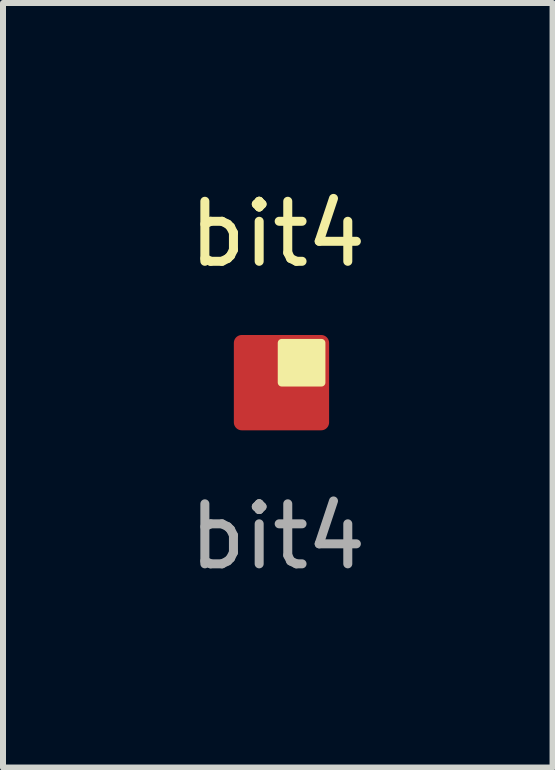
<source format=kicad_pcb>
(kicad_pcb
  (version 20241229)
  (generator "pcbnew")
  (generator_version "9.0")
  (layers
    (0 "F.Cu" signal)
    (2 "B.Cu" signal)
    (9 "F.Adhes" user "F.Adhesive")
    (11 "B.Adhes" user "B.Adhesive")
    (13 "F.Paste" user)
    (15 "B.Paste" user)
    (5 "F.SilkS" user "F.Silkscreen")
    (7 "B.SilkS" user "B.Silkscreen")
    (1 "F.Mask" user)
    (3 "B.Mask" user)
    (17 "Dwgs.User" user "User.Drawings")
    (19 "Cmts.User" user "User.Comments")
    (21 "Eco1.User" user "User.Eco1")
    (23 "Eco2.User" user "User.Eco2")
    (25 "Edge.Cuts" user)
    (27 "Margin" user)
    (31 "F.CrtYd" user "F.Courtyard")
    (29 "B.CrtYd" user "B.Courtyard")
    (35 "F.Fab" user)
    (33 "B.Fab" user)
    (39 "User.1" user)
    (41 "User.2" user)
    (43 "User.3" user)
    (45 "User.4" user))
  (footprint "bit4"
    (layer "F.Cu")
    (at 1.577 3.388)
    (property "Reference" "bit4" (at 0 -2.54 0) (unlocked yes) (layer "F.SilkS") (effects (font (size 1 1) (thickness 0.15))))
    (fp_poly (pts (xy -0.599 -0.725) (xy 0.723 -0.725) (xy 0.723 0.598) (xy -0.599 0.598) (xy -0.599 -0.725)) (stroke (width 0.265) (type solid)) (fill yes) (layer "F.Cu"))
    (fp_poly (pts (xy 0.066 -0.726) (xy 0.728 -0.726) (xy 0.728 -0.065) (xy 0.066 -0.065) (xy 0.066 -0.726)) (stroke (width 0.132) (type solid)) (fill yes) (layer "F.SilkS"))
    (fp_text user "${REFERENCE}" (at 0 2.5 0) (unlocked yes) (layer "F.Fab") (effects (font (size 1 1) (thickness 0.15)))))
  (gr_rect
    (start -3 -3)
    (end 6.155 9.736)
    (stroke (width 0.1) (type default))
    (fill no)
    (layer "Edge.Cuts")))
</source>
